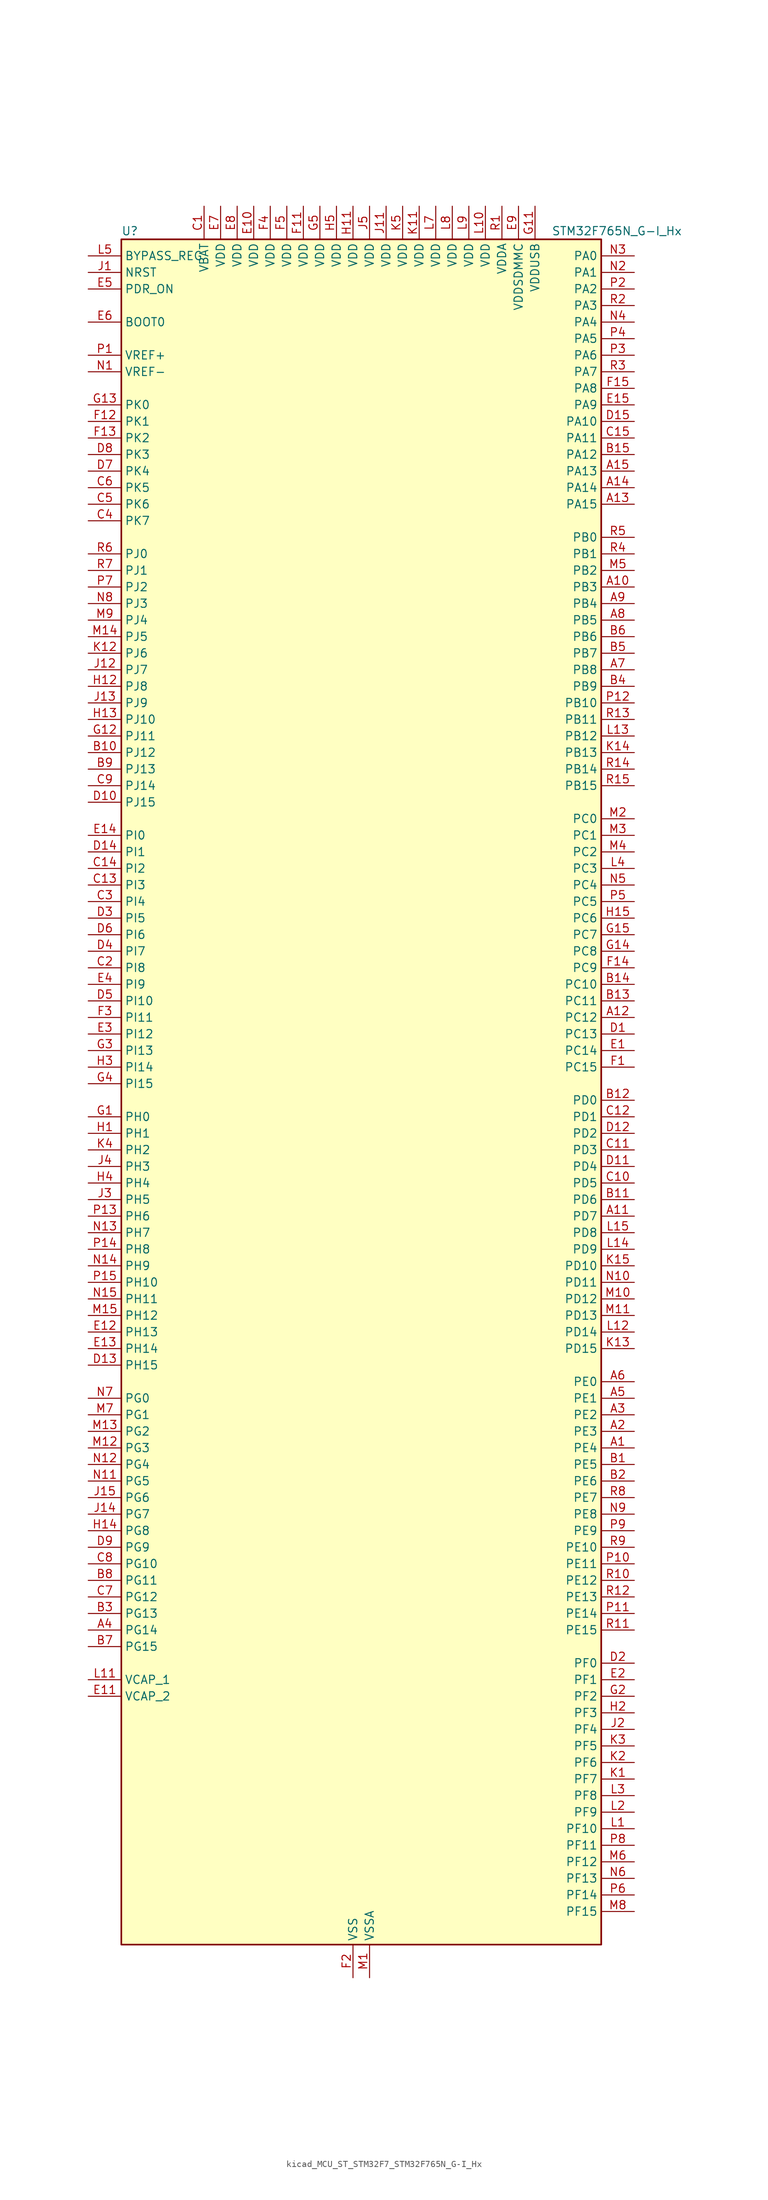
<source format=kicad_sym>
(kicad_symbol_lib
  (version 20220914)
  (generator kicad_symbol_editor)
  (symbol "kicad_MCU_ST_STM32F7_STM32F765N_G-I_Hx"
    (property "Reference" "U"
      (at -35.56 133.35 0)
      (effects (font (size 1.27 1.27)) (justify left)))
    (property "Value" "STM32F765N_G-I_Hx"
      (at 30.48 133.35 0)
      (effects (font (size 1.27 1.27)) (justify left)))
    (property "ki_locked" ""
      (at 0 0 0)
      (effects (font (size 1.27 1.27))))
    (symbol "kicad_MCU_ST_STM32F7_STM32F765N_G-I_Hx_0_1"
      (rectangle (start -35.56 -129.54) (end 38.1 132.08) (stroke (width 0.254) (type default)) (fill (type background))))
    (symbol "kicad_MCU_ST_STM32F7_STM32F765N_G-I_Hx_1_1"
      (pin bidirectional line (at 43.18 -53.34 180) (length 5.08) (name "PE4" (effects (font (size 1.27 1.27)))) (number "A1" (effects (font (size 1.27 1.27)))) (alternate "DCMI_D4" bidirectional line) (alternate "DFSDM1_DATIN3" bidirectional line) (alternate "FMC_A20" bidirectional line) (alternate "SAI1_FS_A" bidirectional line) (alternate "SPI4_NSS" bidirectional line) (alternate "SYS_TRACED1" bidirectional line))
      (pin bidirectional line (at 43.18 78.74 180) (length 5.08) (name "PB3" (effects (font (size 1.27 1.27)))) (number "A10" (effects (font (size 1.27 1.27)))) (alternate "CAN3_RX" bidirectional line) (alternate "I2S1_CK" bidirectional line) (alternate "I2S3_CK" bidirectional line) (alternate "SDMMC2_D2" bidirectional line) (alternate "SPI1_SCK" bidirectional line) (alternate "SPI3_SCK" bidirectional line) (alternate "SPI6_SCK" bidirectional line) (alternate "SYS_JTDO-SWO" bidirectional line) (alternate "TIM2_CH2" bidirectional line) (alternate "UART7_RX" bidirectional line))
      (pin bidirectional line (at 43.18 -17.78 180) (length 5.08) (name "PD7" (effects (font (size 1.27 1.27)))) (number "A11" (effects (font (size 1.27 1.27)))) (alternate "DFSDM1_CKIN1" bidirectional line) (alternate "DFSDM1_DATIN4" bidirectional line) (alternate "FMC_NE1" bidirectional line) (alternate "I2S1_SD" bidirectional line) (alternate "SDMMC2_CMD" bidirectional line) (alternate "SPDIFRX_IN0" bidirectional line) (alternate "SPI1_MOSI" bidirectional line) (alternate "USART2_CK" bidirectional line))
      (pin bidirectional line (at 43.18 12.7 180) (length 5.08) (name "PC12" (effects (font (size 1.27 1.27)))) (number "A12" (effects (font (size 1.27 1.27)))) (alternate "DCMI_D9" bidirectional line) (alternate "I2S3_SD" bidirectional line) (alternate "SDMMC1_CK" bidirectional line) (alternate "SPI3_MOSI" bidirectional line) (alternate "SYS_TRACED3" bidirectional line) (alternate "UART5_TX" bidirectional line) (alternate "USART3_CK" bidirectional line))
      (pin bidirectional line (at 43.18 91.44 180) (length 5.08) (name "PA15" (effects (font (size 1.27 1.27)))) (number "A13" (effects (font (size 1.27 1.27)))) (alternate "CAN3_TX" bidirectional line) (alternate "CEC" bidirectional line) (alternate "I2S1_WS" bidirectional line) (alternate "I2S3_WS" bidirectional line) (alternate "SPI1_NSS" bidirectional line) (alternate "SPI3_NSS" bidirectional line) (alternate "SPI6_NSS" bidirectional line) (alternate "SYS_JTDI" bidirectional line) (alternate "TIM2_CH1" bidirectional line) (alternate "TIM2_ETR" bidirectional line) (alternate "UART4_DE" bidirectional line) (alternate "UART4_RTS" bidirectional line) (alternate "UART7_TX" bidirectional line))
      (pin bidirectional line (at 43.18 93.98 180) (length 5.08) (name "PA14" (effects (font (size 1.27 1.27)))) (number "A14" (effects (font (size 1.27 1.27)))) (alternate "SYS_JTCK-SWCLK" bidirectional line))
      (pin bidirectional line (at 43.18 96.52 180) (length 5.08) (name "PA13" (effects (font (size 1.27 1.27)))) (number "A15" (effects (font (size 1.27 1.27)))) (alternate "SYS_JTMS-SWDIO" bidirectional line))
      (pin bidirectional line (at 43.18 -50.8 180) (length 5.08) (name "PE3" (effects (font (size 1.27 1.27)))) (number "A2" (effects (font (size 1.27 1.27)))) (alternate "FMC_A19" bidirectional line) (alternate "SAI1_SD_B" bidirectional line) (alternate "SYS_TRACED0" bidirectional line))
      (pin bidirectional line (at 43.18 -48.26 180) (length 5.08) (name "PE2" (effects (font (size 1.27 1.27)))) (number "A3" (effects (font (size 1.27 1.27)))) (alternate "ETH_TXD3" bidirectional line) (alternate "FMC_A23" bidirectional line) (alternate "QUADSPI_BK1_IO2" bidirectional line) (alternate "SAI1_MCLK_A" bidirectional line) (alternate "SPI4_SCK" bidirectional line) (alternate "SYS_TRACECLK" bidirectional line))
      (pin bidirectional line (at -40.64 -81.28 0) (length 5.08) (name "PG14" (effects (font (size 1.27 1.27)))) (number "A4" (effects (font (size 1.27 1.27)))) (alternate "ETH_TXD1" bidirectional line) (alternate "FMC_A25" bidirectional line) (alternate "LPTIM1_ETR" bidirectional line) (alternate "QUADSPI_BK2_IO3" bidirectional line) (alternate "SPI6_MOSI" bidirectional line) (alternate "SYS_TRACED1" bidirectional line) (alternate "USART6_TX" bidirectional line))
      (pin bidirectional line (at 43.18 -45.72 180) (length 5.08) (name "PE1" (effects (font (size 1.27 1.27)))) (number "A5" (effects (font (size 1.27 1.27)))) (alternate "DCMI_D3" bidirectional line) (alternate "FMC_NBL1" bidirectional line) (alternate "LPTIM1_IN2" bidirectional line) (alternate "UART8_TX" bidirectional line))
      (pin bidirectional line (at 43.18 -43.18 180) (length 5.08) (name "PE0" (effects (font (size 1.27 1.27)))) (number "A6" (effects (font (size 1.27 1.27)))) (alternate "DCMI_D2" bidirectional line) (alternate "FMC_NBL0" bidirectional line) (alternate "LPTIM1_ETR" bidirectional line) (alternate "SAI2_MCLK_A" bidirectional line) (alternate "TIM4_ETR" bidirectional line) (alternate "UART8_RX" bidirectional line))
      (pin bidirectional line (at 43.18 66.04 180) (length 5.08) (name "PB8" (effects (font (size 1.27 1.27)))) (number "A7" (effects (font (size 1.27 1.27)))) (alternate "CAN1_RX" bidirectional line) (alternate "DCMI_D6" bidirectional line) (alternate "DFSDM1_CKIN7" bidirectional line) (alternate "ETH_TXD3" bidirectional line) (alternate "I2C1_SCL" bidirectional line) (alternate "I2C4_SCL" bidirectional line) (alternate "SDMMC1_D4" bidirectional line) (alternate "SDMMC2_D4" bidirectional line) (alternate "TIM10_CH1" bidirectional line) (alternate "TIM4_CH3" bidirectional line) (alternate "UART5_RX" bidirectional line))
      (pin bidirectional line (at 43.18 73.66 180) (length 5.08) (name "PB5" (effects (font (size 1.27 1.27)))) (number "A8" (effects (font (size 1.27 1.27)))) (alternate "CAN2_RX" bidirectional line) (alternate "DCMI_D10" bidirectional line) (alternate "ETH_PPS_OUT" bidirectional line) (alternate "FMC_SDCKE1" bidirectional line) (alternate "I2C1_SMBA" bidirectional line) (alternate "I2S1_SD" bidirectional line) (alternate "I2S3_SD" bidirectional line) (alternate "SPI1_MOSI" bidirectional line) (alternate "SPI3_MOSI" bidirectional line) (alternate "SPI6_MOSI" bidirectional line) (alternate "TIM3_CH2" bidirectional line) (alternate "UART5_RX" bidirectional line) (alternate "USB_OTG_HS_ULPI_D7" bidirectional line))
      (pin bidirectional line (at 43.18 76.2 180) (length 5.08) (name "PB4" (effects (font (size 1.27 1.27)))) (number "A9" (effects (font (size 1.27 1.27)))) (alternate "CAN3_TX" bidirectional line) (alternate "I2S2_WS" bidirectional line) (alternate "SDMMC2_D3" bidirectional line) (alternate "SPI1_MISO" bidirectional line) (alternate "SPI2_NSS" bidirectional line) (alternate "SPI3_MISO" bidirectional line) (alternate "SPI6_MISO" bidirectional line) (alternate "SYS_JTRST" bidirectional line) (alternate "TIM3_CH1" bidirectional line) (alternate "UART7_TX" bidirectional line))
      (pin bidirectional line (at 43.18 -55.88 180) (length 5.08) (name "PE5" (effects (font (size 1.27 1.27)))) (number "B1" (effects (font (size 1.27 1.27)))) (alternate "DCMI_D6" bidirectional line) (alternate "DFSDM1_CKIN3" bidirectional line) (alternate "FMC_A21" bidirectional line) (alternate "SAI1_SCK_A" bidirectional line) (alternate "SPI4_MISO" bidirectional line) (alternate "SYS_TRACED2" bidirectional line) (alternate "TIM9_CH1" bidirectional line))
      (pin bidirectional line (at -40.64 53.34 0) (length 5.08) (name "PJ12" (effects (font (size 1.27 1.27)))) (number "B10" (effects (font (size 1.27 1.27)))))
      (pin bidirectional line (at 43.18 -15.24 180) (length 5.08) (name "PD6" (effects (font (size 1.27 1.27)))) (number "B11" (effects (font (size 1.27 1.27)))) (alternate "DCMI_D10" bidirectional line) (alternate "DFSDM1_CKIN4" bidirectional line) (alternate "DFSDM1_DATIN1" bidirectional line) (alternate "FMC_NWAIT" bidirectional line) (alternate "I2S3_SD" bidirectional line) (alternate "SAI1_SD_A" bidirectional line) (alternate "SDMMC2_CK" bidirectional line) (alternate "SPI3_MOSI" bidirectional line) (alternate "USART2_RX" bidirectional line))
      (pin bidirectional line (at 43.18 0 180) (length 5.08) (name "PD0" (effects (font (size 1.27 1.27)))) (number "B12" (effects (font (size 1.27 1.27)))) (alternate "CAN1_RX" bidirectional line) (alternate "DFSDM1_CKIN6" bidirectional line) (alternate "DFSDM1_DATIN7" bidirectional line) (alternate "FMC_D2" bidirectional line) (alternate "FMC_DA2" bidirectional line) (alternate "UART4_RX" bidirectional line))
      (pin bidirectional line (at 43.18 15.24 180) (length 5.08) (name "PC11" (effects (font (size 1.27 1.27)))) (number "B13" (effects (font (size 1.27 1.27)))) (alternate "ADC1_EXTI11" bidirectional line) (alternate "ADC2_EXTI11" bidirectional line) (alternate "ADC3_EXTI11" bidirectional line) (alternate "DCMI_D4" bidirectional line) (alternate "DFSDM1_DATIN5" bidirectional line) (alternate "QUADSPI_BK2_NCS" bidirectional line) (alternate "SDMMC1_D3" bidirectional line) (alternate "SPI3_MISO" bidirectional line) (alternate "UART4_RX" bidirectional line) (alternate "USART3_RX" bidirectional line))
      (pin bidirectional line (at 43.18 17.78 180) (length 5.08) (name "PC10" (effects (font (size 1.27 1.27)))) (number "B14" (effects (font (size 1.27 1.27)))) (alternate "DCMI_D8" bidirectional line) (alternate "DFSDM1_CKIN5" bidirectional line) (alternate "I2S3_CK" bidirectional line) (alternate "QUADSPI_BK1_IO1" bidirectional line) (alternate "SDMMC1_D2" bidirectional line) (alternate "SPI3_SCK" bidirectional line) (alternate "UART4_TX" bidirectional line) (alternate "USART3_TX" bidirectional line))
      (pin bidirectional line (at 43.18 99.06 180) (length 5.08) (name "PA12" (effects (font (size 1.27 1.27)))) (number "B15" (effects (font (size 1.27 1.27)))) (alternate "CAN1_TX" bidirectional line) (alternate "I2S2_CK" bidirectional line) (alternate "SAI2_FS_B" bidirectional line) (alternate "SPI2_SCK" bidirectional line) (alternate "TIM1_ETR" bidirectional line) (alternate "UART4_TX" bidirectional line) (alternate "USART1_DE" bidirectional line) (alternate "USART1_RTS" bidirectional line) (alternate "USB_OTG_FS_DP" bidirectional line))
      (pin bidirectional line (at 43.18 -58.42 180) (length 5.08) (name "PE6" (effects (font (size 1.27 1.27)))) (number "B2" (effects (font (size 1.27 1.27)))) (alternate "DCMI_D7" bidirectional line) (alternate "FMC_A22" bidirectional line) (alternate "SAI1_SD_A" bidirectional line) (alternate "SAI2_MCLK_B" bidirectional line) (alternate "SPI4_MOSI" bidirectional line) (alternate "SYS_TRACED3" bidirectional line) (alternate "TIM1_BKIN2" bidirectional line) (alternate "TIM9_CH2" bidirectional line))
      (pin bidirectional line (at -40.64 -78.74 0) (length 5.08) (name "PG13" (effects (font (size 1.27 1.27)))) (number "B3" (effects (font (size 1.27 1.27)))) (alternate "ETH_TXD0" bidirectional line) (alternate "FMC_A24" bidirectional line) (alternate "LPTIM1_OUT" bidirectional line) (alternate "SPI6_SCK" bidirectional line) (alternate "SYS_TRACED0" bidirectional line) (alternate "USART6_CTS" bidirectional line))
      (pin bidirectional line (at 43.18 63.5 180) (length 5.08) (name "PB9" (effects (font (size 1.27 1.27)))) (number "B4" (effects (font (size 1.27 1.27)))) (alternate "CAN1_TX" bidirectional line) (alternate "DAC_EXTI9" bidirectional line) (alternate "DCMI_D7" bidirectional line) (alternate "DFSDM1_DATIN7" bidirectional line) (alternate "I2C1_SDA" bidirectional line) (alternate "I2C4_SDA" bidirectional line) (alternate "I2C4_SMBA" bidirectional line) (alternate "I2S2_WS" bidirectional line) (alternate "SDMMC1_D5" bidirectional line) (alternate "SDMMC2_D5" bidirectional line) (alternate "SPI2_NSS" bidirectional line) (alternate "TIM11_CH1" bidirectional line) (alternate "TIM4_CH4" bidirectional line) (alternate "UART5_TX" bidirectional line))
      (pin bidirectional line (at 43.18 68.58 180) (length 5.08) (name "PB7" (effects (font (size 1.27 1.27)))) (number "B5" (effects (font (size 1.27 1.27)))) (alternate "DCMI_VSYNC" bidirectional line) (alternate "DFSDM1_CKIN5" bidirectional line) (alternate "FMC_NL" bidirectional line) (alternate "I2C1_SDA" bidirectional line) (alternate "I2C4_SDA" bidirectional line) (alternate "TIM4_CH2" bidirectional line) (alternate "USART1_RX" bidirectional line))
      (pin bidirectional line (at 43.18 71.12 180) (length 5.08) (name "PB6" (effects (font (size 1.27 1.27)))) (number "B6" (effects (font (size 1.27 1.27)))) (alternate "CAN2_TX" bidirectional line) (alternate "CEC" bidirectional line) (alternate "DCMI_D5" bidirectional line) (alternate "DFSDM1_DATIN5" bidirectional line) (alternate "FMC_SDNE1" bidirectional line) (alternate "I2C1_SCL" bidirectional line) (alternate "I2C4_SCL" bidirectional line) (alternate "QUADSPI_BK1_NCS" bidirectional line) (alternate "TIM4_CH1" bidirectional line) (alternate "UART5_TX" bidirectional line) (alternate "USART1_TX" bidirectional line))
      (pin bidirectional line (at -40.64 -83.82 0) (length 5.08) (name "PG15" (effects (font (size 1.27 1.27)))) (number "B7" (effects (font (size 1.27 1.27)))) (alternate "DCMI_D13" bidirectional line) (alternate "FMC_SDNCAS" bidirectional line) (alternate "USART6_CTS" bidirectional line))
      (pin bidirectional line (at -40.64 -73.66 0) (length 5.08) (name "PG11" (effects (font (size 1.27 1.27)))) (number "B8" (effects (font (size 1.27 1.27)))) (alternate "ADC1_EXTI11" bidirectional line) (alternate "ADC2_EXTI11" bidirectional line) (alternate "ADC3_EXTI11" bidirectional line) (alternate "DCMI_D3" bidirectional line) (alternate "ETH_TX_EN" bidirectional line) (alternate "I2S1_CK" bidirectional line) (alternate "SDMMC2_D2" bidirectional line) (alternate "SPDIFRX_IN0" bidirectional line) (alternate "SPI1_SCK" bidirectional line))
      (pin bidirectional line (at -40.64 50.8 0) (length 5.08) (name "PJ13" (effects (font (size 1.27 1.27)))) (number "B9" (effects (font (size 1.27 1.27)))))
      (pin power_in line (at -22.86 137.16 270) (length 5.08) (name "VBAT" (effects (font (size 1.27 1.27)))) (number "C1" (effects (font (size 1.27 1.27)))))
      (pin bidirectional line (at 43.18 -12.7 180) (length 5.08) (name "PD5" (effects (font (size 1.27 1.27)))) (number "C10" (effects (font (size 1.27 1.27)))) (alternate "FMC_NWE" bidirectional line) (alternate "USART2_TX" bidirectional line))
      (pin bidirectional line (at 43.18 -7.62 180) (length 5.08) (name "PD3" (effects (font (size 1.27 1.27)))) (number "C11" (effects (font (size 1.27 1.27)))) (alternate "DCMI_D5" bidirectional line) (alternate "DFSDM1_CKOUT" bidirectional line) (alternate "DFSDM1_DATIN0" bidirectional line) (alternate "FMC_CLK" bidirectional line) (alternate "I2S2_CK" bidirectional line) (alternate "SPI2_SCK" bidirectional line) (alternate "USART2_CTS" bidirectional line))
      (pin bidirectional line (at 43.18 -2.54 180) (length 5.08) (name "PD1" (effects (font (size 1.27 1.27)))) (number "C12" (effects (font (size 1.27 1.27)))) (alternate "CAN1_TX" bidirectional line) (alternate "DFSDM1_CKIN7" bidirectional line) (alternate "DFSDM1_DATIN6" bidirectional line) (alternate "FMC_D3" bidirectional line) (alternate "FMC_DA3" bidirectional line) (alternate "UART4_TX" bidirectional line))
      (pin bidirectional line (at -40.64 33.02 0) (length 5.08) (name "PI3" (effects (font (size 1.27 1.27)))) (number "C13" (effects (font (size 1.27 1.27)))) (alternate "DCMI_D10" bidirectional line) (alternate "FMC_D27" bidirectional line) (alternate "I2S2_SD" bidirectional line) (alternate "SPI2_MOSI" bidirectional line) (alternate "TIM8_ETR" bidirectional line))
      (pin bidirectional line (at -40.64 35.56 0) (length 5.08) (name "PI2" (effects (font (size 1.27 1.27)))) (number "C14" (effects (font (size 1.27 1.27)))) (alternate "DCMI_D9" bidirectional line) (alternate "FMC_D26" bidirectional line) (alternate "SPI2_MISO" bidirectional line) (alternate "TIM8_CH4" bidirectional line))
      (pin bidirectional line (at 43.18 101.6 180) (length 5.08) (name "PA11" (effects (font (size 1.27 1.27)))) (number "C15" (effects (font (size 1.27 1.27)))) (alternate "ADC1_EXTI11" bidirectional line) (alternate "ADC2_EXTI11" bidirectional line) (alternate "ADC3_EXTI11" bidirectional line) (alternate "CAN1_RX" bidirectional line) (alternate "I2S2_WS" bidirectional line) (alternate "SPI2_NSS" bidirectional line) (alternate "TIM1_CH4" bidirectional line) (alternate "UART4_RX" bidirectional line) (alternate "USART1_CTS" bidirectional line) (alternate "USB_OTG_FS_DM" bidirectional line))
      (pin bidirectional line (at -40.64 20.32 0) (length 5.08) (name "PI8" (effects (font (size 1.27 1.27)))) (number "C2" (effects (font (size 1.27 1.27)))) (alternate "RTC_TAMP2" bidirectional line) (alternate "RTC_TS" bidirectional line) (alternate "SYS_WKUP5" bidirectional line))
      (pin bidirectional line (at -40.64 30.48 0) (length 5.08) (name "PI4" (effects (font (size 1.27 1.27)))) (number "C3" (effects (font (size 1.27 1.27)))) (alternate "DCMI_D5" bidirectional line) (alternate "FMC_NBL2" bidirectional line) (alternate "SAI2_MCLK_A" bidirectional line) (alternate "TIM8_BKIN" bidirectional line))
      (pin bidirectional line (at -40.64 88.9 0) (length 5.08) (name "PK7" (effects (font (size 1.27 1.27)))) (number "C4" (effects (font (size 1.27 1.27)))))
      (pin bidirectional line (at -40.64 91.44 0) (length 5.08) (name "PK6" (effects (font (size 1.27 1.27)))) (number "C5" (effects (font (size 1.27 1.27)))))
      (pin bidirectional line (at -40.64 93.98 0) (length 5.08) (name "PK5" (effects (font (size 1.27 1.27)))) (number "C6" (effects (font (size 1.27 1.27)))))
      (pin bidirectional line (at -40.64 -76.2 0) (length 5.08) (name "PG12" (effects (font (size 1.27 1.27)))) (number "C7" (effects (font (size 1.27 1.27)))) (alternate "FMC_NE4" bidirectional line) (alternate "LPTIM1_IN1" bidirectional line) (alternate "SDMMC2_D3" bidirectional line) (alternate "SPDIFRX_IN1" bidirectional line) (alternate "SPI6_MISO" bidirectional line) (alternate "USART6_DE" bidirectional line) (alternate "USART6_RTS" bidirectional line))
      (pin bidirectional line (at -40.64 -71.12 0) (length 5.08) (name "PG10" (effects (font (size 1.27 1.27)))) (number "C8" (effects (font (size 1.27 1.27)))) (alternate "DCMI_D2" bidirectional line) (alternate "FMC_NE3" bidirectional line) (alternate "I2S1_WS" bidirectional line) (alternate "SAI2_SD_B" bidirectional line) (alternate "SDMMC2_D1" bidirectional line) (alternate "SPI1_NSS" bidirectional line))
      (pin bidirectional line (at -40.64 48.26 0) (length 5.08) (name "PJ14" (effects (font (size 1.27 1.27)))) (number "C9" (effects (font (size 1.27 1.27)))))
      (pin bidirectional line (at 43.18 10.16 180) (length 5.08) (name "PC13" (effects (font (size 1.27 1.27)))) (number "D1" (effects (font (size 1.27 1.27)))) (alternate "RTC_OUT" bidirectional line) (alternate "RTC_TAMP1" bidirectional line) (alternate "RTC_TS" bidirectional line) (alternate "SYS_WKUP4" bidirectional line))
      (pin bidirectional line (at -40.64 45.72 0) (length 5.08) (name "PJ15" (effects (font (size 1.27 1.27)))) (number "D10" (effects (font (size 1.27 1.27)))))
      (pin bidirectional line (at 43.18 -10.16 180) (length 5.08) (name "PD4" (effects (font (size 1.27 1.27)))) (number "D11" (effects (font (size 1.27 1.27)))) (alternate "DFSDM1_CKIN0" bidirectional line) (alternate "FMC_NOE" bidirectional line) (alternate "USART2_DE" bidirectional line) (alternate "USART2_RTS" bidirectional line))
      (pin bidirectional line (at 43.18 -5.08 180) (length 5.08) (name "PD2" (effects (font (size 1.27 1.27)))) (number "D12" (effects (font (size 1.27 1.27)))) (alternate "DCMI_D11" bidirectional line) (alternate "SDMMC1_CMD" bidirectional line) (alternate "SYS_TRACED2" bidirectional line) (alternate "TIM3_ETR" bidirectional line) (alternate "UART5_RX" bidirectional line))
      (pin bidirectional line (at -40.64 -40.64 0) (length 5.08) (name "PH15" (effects (font (size 1.27 1.27)))) (number "D13" (effects (font (size 1.27 1.27)))) (alternate "DCMI_D11" bidirectional line) (alternate "FMC_D23" bidirectional line) (alternate "TIM8_CH3N" bidirectional line))
      (pin bidirectional line (at -40.64 38.1 0) (length 5.08) (name "PI1" (effects (font (size 1.27 1.27)))) (number "D14" (effects (font (size 1.27 1.27)))) (alternate "DCMI_D8" bidirectional line) (alternate "FMC_D25" bidirectional line) (alternate "I2S2_CK" bidirectional line) (alternate "SPI2_SCK" bidirectional line) (alternate "TIM8_BKIN2" bidirectional line))
      (pin bidirectional line (at 43.18 104.14 180) (length 5.08) (name "PA10" (effects (font (size 1.27 1.27)))) (number "D15" (effects (font (size 1.27 1.27)))) (alternate "DCMI_D1" bidirectional line) (alternate "MDIOS_MDIO" bidirectional line) (alternate "TIM1_CH3" bidirectional line) (alternate "USART1_RX" bidirectional line) (alternate "USB_OTG_FS_ID" bidirectional line))
      (pin bidirectional line (at 43.18 -86.36 180) (length 5.08) (name "PF0" (effects (font (size 1.27 1.27)))) (number "D2" (effects (font (size 1.27 1.27)))) (alternate "FMC_A0" bidirectional line) (alternate "I2C2_SDA" bidirectional line))
      (pin bidirectional line (at -40.64 27.94 0) (length 5.08) (name "PI5" (effects (font (size 1.27 1.27)))) (number "D3" (effects (font (size 1.27 1.27)))) (alternate "DCMI_VSYNC" bidirectional line) (alternate "FMC_NBL3" bidirectional line) (alternate "SAI2_SCK_A" bidirectional line) (alternate "TIM8_CH1" bidirectional line))
      (pin bidirectional line (at -40.64 22.86 0) (length 5.08) (name "PI7" (effects (font (size 1.27 1.27)))) (number "D4" (effects (font (size 1.27 1.27)))) (alternate "DCMI_D7" bidirectional line) (alternate "FMC_D29" bidirectional line) (alternate "SAI2_FS_A" bidirectional line) (alternate "TIM8_CH3" bidirectional line))
      (pin bidirectional line (at -40.64 15.24 0) (length 5.08) (name "PI10" (effects (font (size 1.27 1.27)))) (number "D5" (effects (font (size 1.27 1.27)))) (alternate "ETH_RX_ER" bidirectional line) (alternate "FMC_D31" bidirectional line))
      (pin bidirectional line (at -40.64 25.4 0) (length 5.08) (name "PI6" (effects (font (size 1.27 1.27)))) (number "D6" (effects (font (size 1.27 1.27)))) (alternate "DCMI_D6" bidirectional line) (alternate "FMC_D28" bidirectional line) (alternate "SAI2_SD_A" bidirectional line) (alternate "TIM8_CH2" bidirectional line))
      (pin bidirectional line (at -40.64 96.52 0) (length 5.08) (name "PK4" (effects (font (size 1.27 1.27)))) (number "D7" (effects (font (size 1.27 1.27)))))
      (pin bidirectional line (at -40.64 99.06 0) (length 5.08) (name "PK3" (effects (font (size 1.27 1.27)))) (number "D8" (effects (font (size 1.27 1.27)))))
      (pin bidirectional line (at -40.64 -68.58 0) (length 5.08) (name "PG9" (effects (font (size 1.27 1.27)))) (number "D9" (effects (font (size 1.27 1.27)))) (alternate "DAC_EXTI9" bidirectional line) (alternate "DCMI_VSYNC" bidirectional line) (alternate "FMC_NCE" bidirectional line) (alternate "FMC_NE2" bidirectional line) (alternate "QUADSPI_BK2_IO2" bidirectional line) (alternate "SAI2_FS_B" bidirectional line) (alternate "SDMMC2_D0" bidirectional line) (alternate "SPDIFRX_IN3" bidirectional line) (alternate "SPI1_MISO" bidirectional line) (alternate "USART6_RX" bidirectional line))
      (pin bidirectional line (at 43.18 7.62 180) (length 5.08) (name "PC14" (effects (font (size 1.27 1.27)))) (number "E1" (effects (font (size 1.27 1.27)))) (alternate "RCC_OSC32_IN" bidirectional line))
      (pin power_in line (at -15.24 137.16 270) (length 5.08) (name "VDD" (effects (font (size 1.27 1.27)))) (number "E10" (effects (font (size 1.27 1.27)))))
      (pin power_out line (at -40.64 -91.44 0) (length 5.08) (name "VCAP_2" (effects (font (size 1.27 1.27)))) (number "E11" (effects (font (size 1.27 1.27)))))
      (pin bidirectional line (at -40.64 -35.56 0) (length 5.08) (name "PH13" (effects (font (size 1.27 1.27)))) (number "E12" (effects (font (size 1.27 1.27)))) (alternate "CAN1_TX" bidirectional line) (alternate "FMC_D21" bidirectional line) (alternate "TIM8_CH1N" bidirectional line) (alternate "UART4_TX" bidirectional line))
      (pin bidirectional line (at -40.64 -38.1 0) (length 5.08) (name "PH14" (effects (font (size 1.27 1.27)))) (number "E13" (effects (font (size 1.27 1.27)))) (alternate "CAN1_RX" bidirectional line) (alternate "DCMI_D4" bidirectional line) (alternate "FMC_D22" bidirectional line) (alternate "TIM8_CH2N" bidirectional line) (alternate "UART4_RX" bidirectional line))
      (pin bidirectional line (at -40.64 40.64 0) (length 5.08) (name "PI0" (effects (font (size 1.27 1.27)))) (number "E14" (effects (font (size 1.27 1.27)))) (alternate "DCMI_D13" bidirectional line) (alternate "FMC_D24" bidirectional line) (alternate "I2S2_WS" bidirectional line) (alternate "SPI2_NSS" bidirectional line) (alternate "TIM5_CH4" bidirectional line))
      (pin bidirectional line (at 43.18 106.68 180) (length 5.08) (name "PA9" (effects (font (size 1.27 1.27)))) (number "E15" (effects (font (size 1.27 1.27)))) (alternate "DAC_EXTI9" bidirectional line) (alternate "DCMI_D0" bidirectional line) (alternate "I2C3_SMBA" bidirectional line) (alternate "I2S2_CK" bidirectional line) (alternate "SPI2_SCK" bidirectional line) (alternate "TIM1_CH2" bidirectional line) (alternate "USART1_TX" bidirectional line) (alternate "USB_OTG_FS_VBUS" bidirectional line))
      (pin bidirectional line (at 43.18 -88.9 180) (length 5.08) (name "PF1" (effects (font (size 1.27 1.27)))) (number "E2" (effects (font (size 1.27 1.27)))) (alternate "FMC_A1" bidirectional line) (alternate "I2C2_SCL" bidirectional line))
      (pin bidirectional line (at -40.64 10.16 0) (length 5.08) (name "PI12" (effects (font (size 1.27 1.27)))) (number "E3" (effects (font (size 1.27 1.27)))))
      (pin bidirectional line (at -40.64 17.78 0) (length 5.08) (name "PI9" (effects (font (size 1.27 1.27)))) (number "E4" (effects (font (size 1.27 1.27)))) (alternate "CAN1_RX" bidirectional line) (alternate "DAC_EXTI9" bidirectional line) (alternate "FMC_D30" bidirectional line) (alternate "UART4_RX" bidirectional line))
      (pin input line (at -40.64 124.46 0) (length 5.08) (name "PDR_ON" (effects (font (size 1.27 1.27)))) (number "E5" (effects (font (size 1.27 1.27)))))
      (pin input line (at -40.64 119.38 0) (length 5.08) (name "BOOT0" (effects (font (size 1.27 1.27)))) (number "E6" (effects (font (size 1.27 1.27)))))
      (pin power_in line (at -20.32 137.16 270) (length 5.08) (name "VDD" (effects (font (size 1.27 1.27)))) (number "E7" (effects (font (size 1.27 1.27)))))
      (pin power_in line (at -17.78 137.16 270) (length 5.08) (name "VDD" (effects (font (size 1.27 1.27)))) (number "E8" (effects (font (size 1.27 1.27)))))
      (pin power_in line (at 25.4 137.16 270) (length 5.08) (name "VDDSDMMC" (effects (font (size 1.27 1.27)))) (number "E9" (effects (font (size 1.27 1.27)))))
      (pin bidirectional line (at 43.18 5.08 180) (length 5.08) (name "PC15" (effects (font (size 1.27 1.27)))) (number "F1" (effects (font (size 1.27 1.27)))) (alternate "RCC_OSC32_OUT" bidirectional line))
      (pin passive line (at 0 -134.62 90) (length 5.08) hide (name "VSS" (effects (font (size 1.27 1.27)))) (number "F10" (effects (font (size 1.27 1.27)))))
      (pin power_in line (at -7.62 137.16 270) (length 5.08) (name "VDD" (effects (font (size 1.27 1.27)))) (number "F11" (effects (font (size 1.27 1.27)))))
      (pin bidirectional line (at -40.64 104.14 0) (length 5.08) (name "PK1" (effects (font (size 1.27 1.27)))) (number "F12" (effects (font (size 1.27 1.27)))))
      (pin bidirectional line (at -40.64 101.6 0) (length 5.08) (name "PK2" (effects (font (size 1.27 1.27)))) (number "F13" (effects (font (size 1.27 1.27)))))
      (pin bidirectional line (at 43.18 20.32 180) (length 5.08) (name "PC9" (effects (font (size 1.27 1.27)))) (number "F14" (effects (font (size 1.27 1.27)))) (alternate "DAC_EXTI9" bidirectional line) (alternate "DCMI_D3" bidirectional line) (alternate "I2C3_SDA" bidirectional line) (alternate "I2S_CKIN" bidirectional line) (alternate "QUADSPI_BK1_IO0" bidirectional line) (alternate "RCC_MCO_2" bidirectional line) (alternate "SDMMC1_D1" bidirectional line) (alternate "TIM3_CH4" bidirectional line) (alternate "TIM8_CH4" bidirectional line) (alternate "UART5_CTS" bidirectional line))
      (pin bidirectional line (at 43.18 109.22 180) (length 5.08) (name "PA8" (effects (font (size 1.27 1.27)))) (number "F15" (effects (font (size 1.27 1.27)))) (alternate "CAN3_RX" bidirectional line) (alternate "I2C3_SCL" bidirectional line) (alternate "RCC_MCO_1" bidirectional line) (alternate "TIM1_CH1" bidirectional line) (alternate "TIM8_BKIN2" bidirectional line) (alternate "UART7_RX" bidirectional line) (alternate "USART1_CK" bidirectional line) (alternate "USB_OTG_FS_SOF" bidirectional line))
      (pin power_in line (at 0 -134.62 90) (length 5.08) (name "VSS" (effects (font (size 1.27 1.27)))) (number "F2" (effects (font (size 1.27 1.27)))))
      (pin bidirectional line (at -40.64 12.7 0) (length 5.08) (name "PI11" (effects (font (size 1.27 1.27)))) (number "F3" (effects (font (size 1.27 1.27)))) (alternate "ADC1_EXTI11" bidirectional line) (alternate "ADC2_EXTI11" bidirectional line) (alternate "ADC3_EXTI11" bidirectional line) (alternate "SYS_WKUP6" bidirectional line) (alternate "USB_OTG_HS_ULPI_DIR" bidirectional line))
      (pin power_in line (at -12.7 137.16 270) (length 5.08) (name "VDD" (effects (font (size 1.27 1.27)))) (number "F4" (effects (font (size 1.27 1.27)))))
      (pin power_in line (at -10.16 137.16 270) (length 5.08) (name "VDD" (effects (font (size 1.27 1.27)))) (number "F5" (effects (font (size 1.27 1.27)))))
      (pin passive line (at 0 -134.62 90) (length 5.08) hide (name "VSS" (effects (font (size 1.27 1.27)))) (number "F6" (effects (font (size 1.27 1.27)))))
      (pin passive line (at 0 -134.62 90) (length 5.08) hide (name "VSS" (effects (font (size 1.27 1.27)))) (number "F7" (effects (font (size 1.27 1.27)))))
      (pin passive line (at 0 -134.62 90) (length 5.08) hide (name "VSS" (effects (font (size 1.27 1.27)))) (number "F8" (effects (font (size 1.27 1.27)))))
      (pin passive line (at 0 -134.62 90) (length 5.08) hide (name "VSS" (effects (font (size 1.27 1.27)))) (number "F9" (effects (font (size 1.27 1.27)))))
      (pin bidirectional line (at -40.64 -2.54 0) (length 5.08) (name "PH0" (effects (font (size 1.27 1.27)))) (number "G1" (effects (font (size 1.27 1.27)))) (alternate "RCC_OSC_IN" bidirectional line))
      (pin passive line (at 0 -134.62 90) (length 5.08) hide (name "VSS" (effects (font (size 1.27 1.27)))) (number "G10" (effects (font (size 1.27 1.27)))))
      (pin power_in line (at 27.94 137.16 270) (length 5.08) (name "VDDUSB" (effects (font (size 1.27 1.27)))) (number "G11" (effects (font (size 1.27 1.27)))))
      (pin bidirectional line (at -40.64 55.88 0) (length 5.08) (name "PJ11" (effects (font (size 1.27 1.27)))) (number "G12" (effects (font (size 1.27 1.27)))) (alternate "ADC1_EXTI11" bidirectional line) (alternate "ADC2_EXTI11" bidirectional line) (alternate "ADC3_EXTI11" bidirectional line))
      (pin bidirectional line (at -40.64 106.68 0) (length 5.08) (name "PK0" (effects (font (size 1.27 1.27)))) (number "G13" (effects (font (size 1.27 1.27)))))
      (pin bidirectional line (at 43.18 22.86 180) (length 5.08) (name "PC8" (effects (font (size 1.27 1.27)))) (number "G14" (effects (font (size 1.27 1.27)))) (alternate "DCMI_D2" bidirectional line) (alternate "FMC_NCE" bidirectional line) (alternate "FMC_NE2" bidirectional line) (alternate "SDMMC1_D0" bidirectional line) (alternate "SYS_TRACED1" bidirectional line) (alternate "TIM3_CH3" bidirectional line) (alternate "TIM8_CH3" bidirectional line) (alternate "UART5_DE" bidirectional line) (alternate "UART5_RTS" bidirectional line) (alternate "USART6_CK" bidirectional line))
      (pin bidirectional line (at 43.18 25.4 180) (length 5.08) (name "PC7" (effects (font (size 1.27 1.27)))) (number "G15" (effects (font (size 1.27 1.27)))) (alternate "DCMI_D1" bidirectional line) (alternate "DFSDM1_DATIN3" bidirectional line) (alternate "FMC_NE1" bidirectional line) (alternate "I2S3_MCK" bidirectional line) (alternate "SDMMC1_D7" bidirectional line) (alternate "SDMMC2_D7" bidirectional line) (alternate "TIM3_CH2" bidirectional line) (alternate "TIM8_CH2" bidirectional line) (alternate "USART6_RX" bidirectional line))
      (pin bidirectional line (at 43.18 -91.44 180) (length 5.08) (name "PF2" (effects (font (size 1.27 1.27)))) (number "G2" (effects (font (size 1.27 1.27)))) (alternate "FMC_A2" bidirectional line) (alternate "I2C2_SMBA" bidirectional line))
      (pin bidirectional line (at -40.64 7.62 0) (length 5.08) (name "PI13" (effects (font (size 1.27 1.27)))) (number "G3" (effects (font (size 1.27 1.27)))))
      (pin bidirectional line (at -40.64 2.54 0) (length 5.08) (name "PI15" (effects (font (size 1.27 1.27)))) (number "G4" (effects (font (size 1.27 1.27)))))
      (pin power_in line (at -5.08 137.16 270) (length 5.08) (name "VDD" (effects (font (size 1.27 1.27)))) (number "G5" (effects (font (size 1.27 1.27)))))
      (pin passive line (at 0 -134.62 90) (length 5.08) hide (name "VSS" (effects (font (size 1.27 1.27)))) (number "G6" (effects (font (size 1.27 1.27)))))
      (pin bidirectional line (at -40.64 -5.08 0) (length 5.08) (name "PH1" (effects (font (size 1.27 1.27)))) (number "H1" (effects (font (size 1.27 1.27)))) (alternate "RCC_OSC_OUT" bidirectional line))
      (pin passive line (at 0 -134.62 90) (length 5.08) hide (name "VSS" (effects (font (size 1.27 1.27)))) (number "H10" (effects (font (size 1.27 1.27)))))
      (pin power_in line (at 0 137.16 270) (length 5.08) (name "VDD" (effects (font (size 1.27 1.27)))) (number "H11" (effects (font (size 1.27 1.27)))))
      (pin bidirectional line (at -40.64 63.5 0) (length 5.08) (name "PJ8" (effects (font (size 1.27 1.27)))) (number "H12" (effects (font (size 1.27 1.27)))))
      (pin bidirectional line (at -40.64 58.42 0) (length 5.08) (name "PJ10" (effects (font (size 1.27 1.27)))) (number "H13" (effects (font (size 1.27 1.27)))))
      (pin bidirectional line (at -40.64 -66.04 0) (length 5.08) (name "PG8" (effects (font (size 1.27 1.27)))) (number "H14" (effects (font (size 1.27 1.27)))) (alternate "ETH_PPS_OUT" bidirectional line) (alternate "FMC_SDCLK" bidirectional line) (alternate "SPDIFRX_IN2" bidirectional line) (alternate "SPI6_NSS" bidirectional line) (alternate "USART6_DE" bidirectional line) (alternate "USART6_RTS" bidirectional line))
      (pin bidirectional line (at 43.18 27.94 180) (length 5.08) (name "PC6" (effects (font (size 1.27 1.27)))) (number "H15" (effects (font (size 1.27 1.27)))) (alternate "DCMI_D0" bidirectional line) (alternate "DFSDM1_CKIN3" bidirectional line) (alternate "FMC_NWAIT" bidirectional line) (alternate "I2S2_MCK" bidirectional line) (alternate "SDMMC1_D6" bidirectional line) (alternate "SDMMC2_D6" bidirectional line) (alternate "TIM3_CH1" bidirectional line) (alternate "TIM8_CH1" bidirectional line) (alternate "USART6_TX" bidirectional line))
      (pin bidirectional line (at 43.18 -93.98 180) (length 5.08) (name "PF3" (effects (font (size 1.27 1.27)))) (number "H2" (effects (font (size 1.27 1.27)))) (alternate "ADC3_IN9" bidirectional line) (alternate "FMC_A3" bidirectional line))
      (pin bidirectional line (at -40.64 5.08 0) (length 5.08) (name "PI14" (effects (font (size 1.27 1.27)))) (number "H3" (effects (font (size 1.27 1.27)))))
      (pin bidirectional line (at -40.64 -12.7 0) (length 5.08) (name "PH4" (effects (font (size 1.27 1.27)))) (number "H4" (effects (font (size 1.27 1.27)))) (alternate "I2C2_SCL" bidirectional line) (alternate "USB_OTG_HS_ULPI_NXT" bidirectional line))
      (pin power_in line (at -2.54 137.16 270) (length 5.08) (name "VDD" (effects (font (size 1.27 1.27)))) (number "H5" (effects (font (size 1.27 1.27)))))
      (pin passive line (at 0 -134.62 90) (length 5.08) hide (name "VSS" (effects (font (size 1.27 1.27)))) (number "H6" (effects (font (size 1.27 1.27)))))
      (pin input line (at -40.64 127 0) (length 5.08) (name "NRST" (effects (font (size 1.27 1.27)))) (number "J1" (effects (font (size 1.27 1.27)))))
      (pin passive line (at 0 -134.62 90) (length 5.08) hide (name "VSS" (effects (font (size 1.27 1.27)))) (number "J10" (effects (font (size 1.27 1.27)))))
      (pin power_in line (at 5.08 137.16 270) (length 5.08) (name "VDD" (effects (font (size 1.27 1.27)))) (number "J11" (effects (font (size 1.27 1.27)))))
      (pin bidirectional line (at -40.64 66.04 0) (length 5.08) (name "PJ7" (effects (font (size 1.27 1.27)))) (number "J12" (effects (font (size 1.27 1.27)))))
      (pin bidirectional line (at -40.64 60.96 0) (length 5.08) (name "PJ9" (effects (font (size 1.27 1.27)))) (number "J13" (effects (font (size 1.27 1.27)))) (alternate "DAC_EXTI9" bidirectional line))
      (pin bidirectional line (at -40.64 -63.5 0) (length 5.08) (name "PG7" (effects (font (size 1.27 1.27)))) (number "J14" (effects (font (size 1.27 1.27)))) (alternate "DCMI_D13" bidirectional line) (alternate "FMC_INT" bidirectional line) (alternate "SAI1_MCLK_A" bidirectional line) (alternate "USART6_CK" bidirectional line))
      (pin bidirectional line (at -40.64 -60.96 0) (length 5.08) (name "PG6" (effects (font (size 1.27 1.27)))) (number "J15" (effects (font (size 1.27 1.27)))) (alternate "DCMI_D12" bidirectional line) (alternate "FMC_NE3" bidirectional line))
      (pin bidirectional line (at 43.18 -96.52 180) (length 5.08) (name "PF4" (effects (font (size 1.27 1.27)))) (number "J2" (effects (font (size 1.27 1.27)))) (alternate "ADC3_IN14" bidirectional line) (alternate "FMC_A4" bidirectional line))
      (pin bidirectional line (at -40.64 -15.24 0) (length 5.08) (name "PH5" (effects (font (size 1.27 1.27)))) (number "J3" (effects (font (size 1.27 1.27)))) (alternate "FMC_SDNWE" bidirectional line) (alternate "I2C2_SDA" bidirectional line) (alternate "SPI5_NSS" bidirectional line))
      (pin bidirectional line (at -40.64 -10.16 0) (length 5.08) (name "PH3" (effects (font (size 1.27 1.27)))) (number "J4" (effects (font (size 1.27 1.27)))) (alternate "ETH_COL" bidirectional line) (alternate "FMC_SDNE0" bidirectional line) (alternate "QUADSPI_BK2_IO1" bidirectional line) (alternate "SAI2_MCLK_B" bidirectional line))
      (pin power_in line (at 2.54 137.16 270) (length 5.08) (name "VDD" (effects (font (size 1.27 1.27)))) (number "J5" (effects (font (size 1.27 1.27)))))
      (pin passive line (at 0 -134.62 90) (length 5.08) hide (name "VSS" (effects (font (size 1.27 1.27)))) (number "J6" (effects (font (size 1.27 1.27)))))
      (pin bidirectional line (at 43.18 -104.14 180) (length 5.08) (name "PF7" (effects (font (size 1.27 1.27)))) (number "K1" (effects (font (size 1.27 1.27)))) (alternate "ADC3_IN5" bidirectional line) (alternate "QUADSPI_BK1_IO2" bidirectional line) (alternate "SAI1_MCLK_B" bidirectional line) (alternate "SPI5_SCK" bidirectional line) (alternate "TIM11_CH1" bidirectional line) (alternate "UART7_TX" bidirectional line))
      (pin passive line (at 0 -134.62 90) (length 5.08) hide (name "VSS" (effects (font (size 1.27 1.27)))) (number "K10" (effects (font (size 1.27 1.27)))))
      (pin power_in line (at 10.16 137.16 270) (length 5.08) (name "VDD" (effects (font (size 1.27 1.27)))) (number "K11" (effects (font (size 1.27 1.27)))))
      (pin bidirectional line (at -40.64 68.58 0) (length 5.08) (name "PJ6" (effects (font (size 1.27 1.27)))) (number "K12" (effects (font (size 1.27 1.27)))))
      (pin bidirectional line (at 43.18 -38.1 180) (length 5.08) (name "PD15" (effects (font (size 1.27 1.27)))) (number "K13" (effects (font (size 1.27 1.27)))) (alternate "FMC_D1" bidirectional line) (alternate "FMC_DA1" bidirectional line) (alternate "TIM4_CH4" bidirectional line) (alternate "UART8_DE" bidirectional line) (alternate "UART8_RTS" bidirectional line))
      (pin bidirectional line (at 43.18 53.34 180) (length 5.08) (name "PB13" (effects (font (size 1.27 1.27)))) (number "K14" (effects (font (size 1.27 1.27)))) (alternate "CAN2_TX" bidirectional line) (alternate "DFSDM1_CKIN1" bidirectional line) (alternate "ETH_TXD1" bidirectional line) (alternate "I2S2_CK" bidirectional line) (alternate "SPI2_SCK" bidirectional line) (alternate "TIM1_CH1N" bidirectional line) (alternate "UART5_TX" bidirectional line) (alternate "USART3_CTS" bidirectional line) (alternate "USB_OTG_HS_ULPI_D6" bidirectional line) (alternate "USB_OTG_HS_VBUS" bidirectional line))
      (pin bidirectional line (at 43.18 -25.4 180) (length 5.08) (name "PD10" (effects (font (size 1.27 1.27)))) (number "K15" (effects (font (size 1.27 1.27)))) (alternate "DFSDM1_CKOUT" bidirectional line) (alternate "FMC_D15" bidirectional line) (alternate "FMC_DA15" bidirectional line) (alternate "USART3_CK" bidirectional line))
      (pin bidirectional line (at 43.18 -101.6 180) (length 5.08) (name "PF6" (effects (font (size 1.27 1.27)))) (number "K2" (effects (font (size 1.27 1.27)))) (alternate "ADC3_IN4" bidirectional line) (alternate "QUADSPI_BK1_IO3" bidirectional line) (alternate "SAI1_SD_B" bidirectional line) (alternate "SPI5_NSS" bidirectional line) (alternate "TIM10_CH1" bidirectional line) (alternate "UART7_RX" bidirectional line))
      (pin bidirectional line (at 43.18 -99.06 180) (length 5.08) (name "PF5" (effects (font (size 1.27 1.27)))) (number "K3" (effects (font (size 1.27 1.27)))) (alternate "ADC3_IN15" bidirectional line) (alternate "FMC_A5" bidirectional line))
      (pin bidirectional line (at -40.64 -7.62 0) (length 5.08) (name "PH2" (effects (font (size 1.27 1.27)))) (number "K4" (effects (font (size 1.27 1.27)))) (alternate "ETH_CRS" bidirectional line) (alternate "FMC_SDCKE0" bidirectional line) (alternate "LPTIM1_IN2" bidirectional line) (alternate "QUADSPI_BK2_IO0" bidirectional line) (alternate "SAI2_SCK_B" bidirectional line))
      (pin power_in line (at 7.62 137.16 270) (length 5.08) (name "VDD" (effects (font (size 1.27 1.27)))) (number "K5" (effects (font (size 1.27 1.27)))))
      (pin passive line (at 0 -134.62 90) (length 5.08) hide (name "VSS" (effects (font (size 1.27 1.27)))) (number "K6" (effects (font (size 1.27 1.27)))))
      (pin passive line (at 0 -134.62 90) (length 5.08) hide (name "VSS" (effects (font (size 1.27 1.27)))) (number "K7" (effects (font (size 1.27 1.27)))))
      (pin passive line (at 0 -134.62 90) (length 5.08) hide (name "VSS" (effects (font (size 1.27 1.27)))) (number "K8" (effects (font (size 1.27 1.27)))))
      (pin passive line (at 0 -134.62 90) (length 5.08) hide (name "VSS" (effects (font (size 1.27 1.27)))) (number "K9" (effects (font (size 1.27 1.27)))))
      (pin bidirectional line (at 43.18 -111.76 180) (length 5.08) (name "PF10" (effects (font (size 1.27 1.27)))) (number "L1" (effects (font (size 1.27 1.27)))) (alternate "ADC3_IN8" bidirectional line) (alternate "DCMI_D11" bidirectional line) (alternate "QUADSPI_CLK" bidirectional line))
      (pin power_in line (at 20.32 137.16 270) (length 5.08) (name "VDD" (effects (font (size 1.27 1.27)))) (number "L10" (effects (font (size 1.27 1.27)))))
      (pin power_out line (at -40.64 -88.9 0) (length 5.08) (name "VCAP_1" (effects (font (size 1.27 1.27)))) (number "L11" (effects (font (size 1.27 1.27)))))
      (pin bidirectional line (at 43.18 -35.56 180) (length 5.08) (name "PD14" (effects (font (size 1.27 1.27)))) (number "L12" (effects (font (size 1.27 1.27)))) (alternate "FMC_D0" bidirectional line) (alternate "FMC_DA0" bidirectional line) (alternate "TIM4_CH3" bidirectional line) (alternate "UART8_CTS" bidirectional line))
      (pin bidirectional line (at 43.18 55.88 180) (length 5.08) (name "PB12" (effects (font (size 1.27 1.27)))) (number "L13" (effects (font (size 1.27 1.27)))) (alternate "CAN2_RX" bidirectional line) (alternate "DFSDM1_DATIN1" bidirectional line) (alternate "ETH_TXD0" bidirectional line) (alternate "I2C2_SMBA" bidirectional line) (alternate "I2S2_WS" bidirectional line) (alternate "SPI2_NSS" bidirectional line) (alternate "TIM1_BKIN" bidirectional line) (alternate "UART5_RX" bidirectional line) (alternate "USART3_CK" bidirectional line) (alternate "USB_OTG_HS_ID" bidirectional line) (alternate "USB_OTG_HS_ULPI_D5" bidirectional line))
      (pin bidirectional line (at 43.18 -22.86 180) (length 5.08) (name "PD9" (effects (font (size 1.27 1.27)))) (number "L14" (effects (font (size 1.27 1.27)))) (alternate "DAC_EXTI9" bidirectional line) (alternate "DFSDM1_DATIN3" bidirectional line) (alternate "FMC_D14" bidirectional line) (alternate "FMC_DA14" bidirectional line) (alternate "USART3_RX" bidirectional line))
      (pin bidirectional line (at 43.18 -20.32 180) (length 5.08) (name "PD8" (effects (font (size 1.27 1.27)))) (number "L15" (effects (font (size 1.27 1.27)))) (alternate "DFSDM1_CKIN3" bidirectional line) (alternate "FMC_D13" bidirectional line) (alternate "FMC_DA13" bidirectional line) (alternate "SPDIFRX_IN1" bidirectional line) (alternate "USART3_TX" bidirectional line))
      (pin bidirectional line (at 43.18 -109.22 180) (length 5.08) (name "PF9" (effects (font (size 1.27 1.27)))) (number "L2" (effects (font (size 1.27 1.27)))) (alternate "ADC3_IN7" bidirectional line) (alternate "DAC_EXTI9" bidirectional line) (alternate "QUADSPI_BK1_IO1" bidirectional line) (alternate "SAI1_FS_B" bidirectional line) (alternate "SPI5_MOSI" bidirectional line) (alternate "TIM14_CH1" bidirectional line) (alternate "UART7_CTS" bidirectional line))
      (pin bidirectional line (at 43.18 -106.68 180) (length 5.08) (name "PF8" (effects (font (size 1.27 1.27)))) (number "L3" (effects (font (size 1.27 1.27)))) (alternate "ADC3_IN6" bidirectional line) (alternate "QUADSPI_BK1_IO0" bidirectional line) (alternate "SAI1_SCK_B" bidirectional line) (alternate "SPI5_MISO" bidirectional line) (alternate "TIM13_CH1" bidirectional line) (alternate "UART7_DE" bidirectional line) (alternate "UART7_RTS" bidirectional line))
      (pin bidirectional line (at 43.18 35.56 180) (length 5.08) (name "PC3" (effects (font (size 1.27 1.27)))) (number "L4" (effects (font (size 1.27 1.27)))) (alternate "ADC1_IN13" bidirectional line) (alternate "ADC2_IN13" bidirectional line) (alternate "ADC3_IN13" bidirectional line) (alternate "DFSDM1_DATIN1" bidirectional line) (alternate "ETH_TX_CLK" bidirectional line) (alternate "FMC_SDCKE0" bidirectional line) (alternate "I2S2_SD" bidirectional line) (alternate "SPI2_MOSI" bidirectional line) (alternate "USB_OTG_HS_ULPI_NXT" bidirectional line))
      (pin input line (at -40.64 129.54 0) (length 5.08) (name "BYPASS_REG" (effects (font (size 1.27 1.27)))) (number "L5" (effects (font (size 1.27 1.27)))))
      (pin passive line (at 0 -134.62 90) (length 5.08) hide (name "VSS" (effects (font (size 1.27 1.27)))) (number "L6" (effects (font (size 1.27 1.27)))))
      (pin power_in line (at 12.7 137.16 270) (length 5.08) (name "VDD" (effects (font (size 1.27 1.27)))) (number "L7" (effects (font (size 1.27 1.27)))))
      (pin power_in line (at 15.24 137.16 270) (length 5.08) (name "VDD" (effects (font (size 1.27 1.27)))) (number "L8" (effects (font (size 1.27 1.27)))))
      (pin power_in line (at 17.78 137.16 270) (length 5.08) (name "VDD" (effects (font (size 1.27 1.27)))) (number "L9" (effects (font (size 1.27 1.27)))))
      (pin power_in line (at 2.54 -134.62 90) (length 5.08) (name "VSSA" (effects (font (size 1.27 1.27)))) (number "M1" (effects (font (size 1.27 1.27)))))
      (pin bidirectional line (at 43.18 -30.48 180) (length 5.08) (name "PD12" (effects (font (size 1.27 1.27)))) (number "M10" (effects (font (size 1.27 1.27)))) (alternate "FMC_A17" bidirectional line) (alternate "FMC_ALE" bidirectional line) (alternate "I2C4_SCL" bidirectional line) (alternate "LPTIM1_IN1" bidirectional line) (alternate "QUADSPI_BK1_IO1" bidirectional line) (alternate "SAI2_FS_A" bidirectional line) (alternate "TIM4_CH1" bidirectional line) (alternate "USART3_DE" bidirectional line) (alternate "USART3_RTS" bidirectional line))
      (pin bidirectional line (at 43.18 -33.02 180) (length 5.08) (name "PD13" (effects (font (size 1.27 1.27)))) (number "M11" (effects (font (size 1.27 1.27)))) (alternate "FMC_A18" bidirectional line) (alternate "I2C4_SDA" bidirectional line) (alternate "LPTIM1_OUT" bidirectional line) (alternate "QUADSPI_BK1_IO3" bidirectional line) (alternate "SAI2_SCK_A" bidirectional line) (alternate "TIM4_CH2" bidirectional line))
      (pin bidirectional line (at -40.64 -53.34 0) (length 5.08) (name "PG3" (effects (font (size 1.27 1.27)))) (number "M12" (effects (font (size 1.27 1.27)))) (alternate "FMC_A13" bidirectional line))
      (pin bidirectional line (at -40.64 -50.8 0) (length 5.08) (name "PG2" (effects (font (size 1.27 1.27)))) (number "M13" (effects (font (size 1.27 1.27)))) (alternate "FMC_A12" bidirectional line))
      (pin bidirectional line (at -40.64 71.12 0) (length 5.08) (name "PJ5" (effects (font (size 1.27 1.27)))) (number "M14" (effects (font (size 1.27 1.27)))))
      (pin bidirectional line (at -40.64 -33.02 0) (length 5.08) (name "PH12" (effects (font (size 1.27 1.27)))) (number "M15" (effects (font (size 1.27 1.27)))) (alternate "DCMI_D3" bidirectional line) (alternate "FMC_D20" bidirectional line) (alternate "I2C4_SDA" bidirectional line) (alternate "TIM5_CH3" bidirectional line))
      (pin bidirectional line (at 43.18 43.18 180) (length 5.08) (name "PC0" (effects (font (size 1.27 1.27)))) (number "M2" (effects (font (size 1.27 1.27)))) (alternate "ADC1_IN10" bidirectional line) (alternate "ADC2_IN10" bidirectional line) (alternate "ADC3_IN10" bidirectional line) (alternate "DFSDM1_CKIN0" bidirectional line) (alternate "DFSDM1_DATIN4" bidirectional line) (alternate "FMC_SDNWE" bidirectional line) (alternate "SAI2_FS_B" bidirectional line) (alternate "USB_OTG_HS_ULPI_STP" bidirectional line))
      (pin bidirectional line (at 43.18 40.64 180) (length 5.08) (name "PC1" (effects (font (size 1.27 1.27)))) (number "M3" (effects (font (size 1.27 1.27)))) (alternate "ADC1_IN11" bidirectional line) (alternate "ADC2_IN11" bidirectional line) (alternate "ADC3_IN11" bidirectional line) (alternate "DFSDM1_CKIN4" bidirectional line) (alternate "DFSDM1_DATIN0" bidirectional line) (alternate "ETH_MDC" bidirectional line) (alternate "I2S2_SD" bidirectional line) (alternate "MDIOS_MDC" bidirectional line) (alternate "RTC_TAMP3" bidirectional line) (alternate "RTC_TS" bidirectional line) (alternate "SAI1_SD_A" bidirectional line) (alternate "SPI2_MOSI" bidirectional line) (alternate "SYS_TRACED0" bidirectional line) (alternate "SYS_WKUP3" bidirectional line))
      (pin bidirectional line (at 43.18 38.1 180) (length 5.08) (name "PC2" (effects (font (size 1.27 1.27)))) (number "M4" (effects (font (size 1.27 1.27)))) (alternate "ADC1_IN12" bidirectional line) (alternate "ADC2_IN12" bidirectional line) (alternate "ADC3_IN12" bidirectional line) (alternate "DFSDM1_CKIN1" bidirectional line) (alternate "DFSDM1_CKOUT" bidirectional line) (alternate "ETH_TXD2" bidirectional line) (alternate "FMC_SDNE0" bidirectional line) (alternate "SPI2_MISO" bidirectional line) (alternate "USB_OTG_HS_ULPI_DIR" bidirectional line))
      (pin bidirectional line (at 43.18 81.28 180) (length 5.08) (name "PB2" (effects (font (size 1.27 1.27)))) (number "M5" (effects (font (size 1.27 1.27)))) (alternate "DFSDM1_CKIN1" bidirectional line) (alternate "I2S3_SD" bidirectional line) (alternate "QUADSPI_CLK" bidirectional line) (alternate "SAI1_SD_A" bidirectional line) (alternate "SPI3_MOSI" bidirectional line))
      (pin bidirectional line (at 43.18 -116.84 180) (length 5.08) (name "PF12" (effects (font (size 1.27 1.27)))) (number "M6" (effects (font (size 1.27 1.27)))) (alternate "FMC_A6" bidirectional line))
      (pin bidirectional line (at -40.64 -48.26 0) (length 5.08) (name "PG1" (effects (font (size 1.27 1.27)))) (number "M7" (effects (font (size 1.27 1.27)))) (alternate "FMC_A11" bidirectional line))
      (pin bidirectional line (at 43.18 -124.46 180) (length 5.08) (name "PF15" (effects (font (size 1.27 1.27)))) (number "M8" (effects (font (size 1.27 1.27)))) (alternate "FMC_A9" bidirectional line) (alternate "I2C4_SDA" bidirectional line))
      (pin bidirectional line (at -40.64 73.66 0) (length 5.08) (name "PJ4" (effects (font (size 1.27 1.27)))) (number "M9" (effects (font (size 1.27 1.27)))))
      (pin input line (at -40.64 111.76 0) (length 5.08) (name "VREF-" (effects (font (size 1.27 1.27)))) (number "N1" (effects (font (size 1.27 1.27)))))
      (pin bidirectional line (at 43.18 -27.94 180) (length 5.08) (name "PD11" (effects (font (size 1.27 1.27)))) (number "N10" (effects (font (size 1.27 1.27)))) (alternate "ADC1_EXTI11" bidirectional line) (alternate "ADC2_EXTI11" bidirectional line) (alternate "ADC3_EXTI11" bidirectional line) (alternate "FMC_A16" bidirectional line) (alternate "FMC_CLE" bidirectional line) (alternate "I2C4_SMBA" bidirectional line) (alternate "QUADSPI_BK1_IO0" bidirectional line) (alternate "SAI2_SD_A" bidirectional line) (alternate "USART3_CTS" bidirectional line))
      (pin bidirectional line (at -40.64 -58.42 0) (length 5.08) (name "PG5" (effects (font (size 1.27 1.27)))) (number "N11" (effects (font (size 1.27 1.27)))) (alternate "FMC_A15" bidirectional line) (alternate "FMC_BA1" bidirectional line))
      (pin bidirectional line (at -40.64 -55.88 0) (length 5.08) (name "PG4" (effects (font (size 1.27 1.27)))) (number "N12" (effects (font (size 1.27 1.27)))) (alternate "FMC_A14" bidirectional line) (alternate "FMC_BA0" bidirectional line))
      (pin bidirectional line (at -40.64 -20.32 0) (length 5.08) (name "PH7" (effects (font (size 1.27 1.27)))) (number "N13" (effects (font (size 1.27 1.27)))) (alternate "DCMI_D9" bidirectional line) (alternate "ETH_RXD3" bidirectional line) (alternate "FMC_SDCKE1" bidirectional line) (alternate "I2C3_SCL" bidirectional line) (alternate "SPI5_MISO" bidirectional line))
      (pin bidirectional line (at -40.64 -25.4 0) (length 5.08) (name "PH9" (effects (font (size 1.27 1.27)))) (number "N14" (effects (font (size 1.27 1.27)))) (alternate "DAC_EXTI9" bidirectional line) (alternate "DCMI_D0" bidirectional line) (alternate "FMC_D17" bidirectional line) (alternate "I2C3_SMBA" bidirectional line) (alternate "TIM12_CH2" bidirectional line))
      (pin bidirectional line (at -40.64 -30.48 0) (length 5.08) (name "PH11" (effects (font (size 1.27 1.27)))) (number "N15" (effects (font (size 1.27 1.27)))) (alternate "ADC1_EXTI11" bidirectional line) (alternate "ADC2_EXTI11" bidirectional line) (alternate "ADC3_EXTI11" bidirectional line) (alternate "DCMI_D2" bidirectional line) (alternate "FMC_D19" bidirectional line) (alternate "I2C4_SCL" bidirectional line) (alternate "TIM5_CH2" bidirectional line))
      (pin bidirectional line (at 43.18 127 180) (length 5.08) (name "PA1" (effects (font (size 1.27 1.27)))) (number "N2" (effects (font (size 1.27 1.27)))) (alternate "ADC1_IN1" bidirectional line) (alternate "ADC2_IN1" bidirectional line) (alternate "ADC3_IN1" bidirectional line) (alternate "ETH_REF_CLK" bidirectional line) (alternate "ETH_RX_CLK" bidirectional line) (alternate "QUADSPI_BK1_IO3" bidirectional line) (alternate "SAI2_MCLK_B" bidirectional line) (alternate "TIM2_CH2" bidirectional line) (alternate "TIM5_CH2" bidirectional line) (alternate "UART4_RX" bidirectional line) (alternate "USART2_DE" bidirectional line) (alternate "USART2_RTS" bidirectional line))
      (pin bidirectional line (at 43.18 129.54 180) (length 5.08) (name "PA0" (effects (font (size 1.27 1.27)))) (number "N3" (effects (font (size 1.27 1.27)))) (alternate "ADC1_IN0" bidirectional line) (alternate "ADC2_IN0" bidirectional line) (alternate "ADC3_IN0" bidirectional line) (alternate "ETH_CRS" bidirectional line) (alternate "SAI2_SD_B" bidirectional line) (alternate "SYS_WKUP1" bidirectional line) (alternate "TIM2_CH1" bidirectional line) (alternate "TIM2_ETR" bidirectional line) (alternate "TIM5_CH1" bidirectional line) (alternate "TIM8_ETR" bidirectional line) (alternate "UART4_TX" bidirectional line) (alternate "USART2_CTS" bidirectional line))
      (pin bidirectional line (at 43.18 119.38 180) (length 5.08) (name "PA4" (effects (font (size 1.27 1.27)))) (number "N4" (effects (font (size 1.27 1.27)))) (alternate "ADC1_IN4" bidirectional line) (alternate "ADC2_IN4" bidirectional line) (alternate "DAC_OUT1" bidirectional line) (alternate "DCMI_HSYNC" bidirectional line) (alternate "I2S1_WS" bidirectional line) (alternate "I2S3_WS" bidirectional line) (alternate "SPI1_NSS" bidirectional line) (alternate "SPI3_NSS" bidirectional line) (alternate "SPI6_NSS" bidirectional line) (alternate "USART2_CK" bidirectional line) (alternate "USB_OTG_HS_SOF" bidirectional line))
      (pin bidirectional line (at 43.18 33.02 180) (length 5.08) (name "PC4" (effects (font (size 1.27 1.27)))) (number "N5" (effects (font (size 1.27 1.27)))) (alternate "ADC1_IN14" bidirectional line) (alternate "ADC2_IN14" bidirectional line) (alternate "DFSDM1_CKIN2" bidirectional line) (alternate "ETH_RXD0" bidirectional line) (alternate "FMC_SDNE0" bidirectional line) (alternate "I2S1_MCK" bidirectional line) (alternate "SPDIFRX_IN2" bidirectional line))
      (pin bidirectional line (at 43.18 -119.38 180) (length 5.08) (name "PF13" (effects (font (size 1.27 1.27)))) (number "N6" (effects (font (size 1.27 1.27)))) (alternate "DFSDM1_DATIN6" bidirectional line) (alternate "FMC_A7" bidirectional line) (alternate "I2C4_SMBA" bidirectional line))
      (pin bidirectional line (at -40.64 -45.72 0) (length 5.08) (name "PG0" (effects (font (size 1.27 1.27)))) (number "N7" (effects (font (size 1.27 1.27)))) (alternate "FMC_A10" bidirectional line))
      (pin bidirectional line (at -40.64 76.2 0) (length 5.08) (name "PJ3" (effects (font (size 1.27 1.27)))) (number "N8" (effects (font (size 1.27 1.27)))))
      (pin bidirectional line (at 43.18 -63.5 180) (length 5.08) (name "PE8" (effects (font (size 1.27 1.27)))) (number "N9" (effects (font (size 1.27 1.27)))) (alternate "DFSDM1_CKIN2" bidirectional line) (alternate "FMC_D5" bidirectional line) (alternate "FMC_DA5" bidirectional line) (alternate "QUADSPI_BK2_IO1" bidirectional line) (alternate "TIM1_CH1N" bidirectional line) (alternate "UART7_TX" bidirectional line))
      (pin input line (at -40.64 114.3 0) (length 5.08) (name "VREF+" (effects (font (size 1.27 1.27)))) (number "P1" (effects (font (size 1.27 1.27)))))
      (pin bidirectional line (at 43.18 -71.12 180) (length 5.08) (name "PE11" (effects (font (size 1.27 1.27)))) (number "P10" (effects (font (size 1.27 1.27)))) (alternate "ADC1_EXTI11" bidirectional line) (alternate "ADC2_EXTI11" bidirectional line) (alternate "ADC3_EXTI11" bidirectional line) (alternate "DFSDM1_CKIN4" bidirectional line) (alternate "FMC_D8" bidirectional line) (alternate "FMC_DA8" bidirectional line) (alternate "SAI2_SD_B" bidirectional line) (alternate "SPI4_NSS" bidirectional line) (alternate "TIM1_CH2" bidirectional line))
      (pin bidirectional line (at 43.18 -78.74 180) (length 5.08) (name "PE14" (effects (font (size 1.27 1.27)))) (number "P11" (effects (font (size 1.27 1.27)))) (alternate "FMC_D11" bidirectional line) (alternate "FMC_DA11" bidirectional line) (alternate "SAI2_MCLK_B" bidirectional line) (alternate "SPI4_MOSI" bidirectional line) (alternate "TIM1_CH4" bidirectional line))
      (pin bidirectional line (at 43.18 60.96 180) (length 5.08) (name "PB10" (effects (font (size 1.27 1.27)))) (number "P12" (effects (font (size 1.27 1.27)))) (alternate "DFSDM1_DATIN7" bidirectional line) (alternate "ETH_RX_ER" bidirectional line) (alternate "I2C2_SCL" bidirectional line) (alternate "I2S2_CK" bidirectional line) (alternate "QUADSPI_BK1_NCS" bidirectional line) (alternate "SPI2_SCK" bidirectional line) (alternate "TIM2_CH3" bidirectional line) (alternate "USART3_TX" bidirectional line) (alternate "USB_OTG_HS_ULPI_D3" bidirectional line))
      (pin bidirectional line (at -40.64 -17.78 0) (length 5.08) (name "PH6" (effects (font (size 1.27 1.27)))) (number "P13" (effects (font (size 1.27 1.27)))) (alternate "DCMI_D8" bidirectional line) (alternate "ETH_RXD2" bidirectional line) (alternate "FMC_SDNE1" bidirectional line) (alternate "I2C2_SMBA" bidirectional line) (alternate "SPI5_SCK" bidirectional line) (alternate "TIM12_CH1" bidirectional line))
      (pin bidirectional line (at -40.64 -22.86 0) (length 5.08) (name "PH8" (effects (font (size 1.27 1.27)))) (number "P14" (effects (font (size 1.27 1.27)))) (alternate "DCMI_HSYNC" bidirectional line) (alternate "FMC_D16" bidirectional line) (alternate "I2C3_SDA" bidirectional line))
      (pin bidirectional line (at -40.64 -27.94 0) (length 5.08) (name "PH10" (effects (font (size 1.27 1.27)))) (number "P15" (effects (font (size 1.27 1.27)))) (alternate "DCMI_D1" bidirectional line) (alternate "FMC_D18" bidirectional line) (alternate "I2C4_SMBA" bidirectional line) (alternate "TIM5_CH1" bidirectional line))
      (pin bidirectional line (at 43.18 124.46 180) (length 5.08) (name "PA2" (effects (font (size 1.27 1.27)))) (number "P2" (effects (font (size 1.27 1.27)))) (alternate "ADC1_IN2" bidirectional line) (alternate "ADC2_IN2" bidirectional line) (alternate "ADC3_IN2" bidirectional line) (alternate "ETH_MDIO" bidirectional line) (alternate "MDIOS_MDIO" bidirectional line) (alternate "SAI2_SCK_B" bidirectional line) (alternate "SYS_WKUP2" bidirectional line) (alternate "TIM2_CH3" bidirectional line) (alternate "TIM5_CH3" bidirectional line) (alternate "TIM9_CH1" bidirectional line) (alternate "USART2_TX" bidirectional line))
      (pin bidirectional line (at 43.18 114.3 180) (length 5.08) (name "PA6" (effects (font (size 1.27 1.27)))) (number "P3" (effects (font (size 1.27 1.27)))) (alternate "ADC1_IN6" bidirectional line) (alternate "ADC2_IN6" bidirectional line) (alternate "DCMI_PIXCLK" bidirectional line) (alternate "MDIOS_MDC" bidirectional line) (alternate "SPI1_MISO" bidirectional line) (alternate "SPI6_MISO" bidirectional line) (alternate "TIM13_CH1" bidirectional line) (alternate "TIM1_BKIN" bidirectional line) (alternate "TIM3_CH1" bidirectional line) (alternate "TIM8_BKIN" bidirectional line))
      (pin bidirectional line (at 43.18 116.84 180) (length 5.08) (name "PA5" (effects (font (size 1.27 1.27)))) (number "P4" (effects (font (size 1.27 1.27)))) (alternate "ADC1_IN5" bidirectional line) (alternate "ADC2_IN5" bidirectional line) (alternate "DAC_OUT2" bidirectional line) (alternate "I2S1_CK" bidirectional line) (alternate "SPI1_SCK" bidirectional line) (alternate "SPI6_SCK" bidirectional line) (alternate "TIM2_CH1" bidirectional line) (alternate "TIM2_ETR" bidirectional line) (alternate "TIM8_CH1N" bidirectional line) (alternate "USB_OTG_HS_ULPI_CK" bidirectional line))
      (pin bidirectional line (at 43.18 30.48 180) (length 5.08) (name "PC5" (effects (font (size 1.27 1.27)))) (number "P5" (effects (font (size 1.27 1.27)))) (alternate "ADC1_IN15" bidirectional line) (alternate "ADC2_IN15" bidirectional line) (alternate "DFSDM1_DATIN2" bidirectional line) (alternate "ETH_RXD1" bidirectional line) (alternate "FMC_SDCKE0" bidirectional line) (alternate "SPDIFRX_IN3" bidirectional line))
      (pin bidirectional line (at 43.18 -121.92 180) (length 5.08) (name "PF14" (effects (font (size 1.27 1.27)))) (number "P6" (effects (font (size 1.27 1.27)))) (alternate "DFSDM1_CKIN6" bidirectional line) (alternate "FMC_A8" bidirectional line) (alternate "I2C4_SCL" bidirectional line))
      (pin bidirectional line (at -40.64 78.74 0) (length 5.08) (name "PJ2" (effects (font (size 1.27 1.27)))) (number "P7" (effects (font (size 1.27 1.27)))))
      (pin bidirectional line (at 43.18 -114.3 180) (length 5.08) (name "PF11" (effects (font (size 1.27 1.27)))) (number "P8" (effects (font (size 1.27 1.27)))) (alternate "ADC1_EXTI11" bidirectional line) (alternate "ADC2_EXTI11" bidirectional line) (alternate "ADC3_EXTI11" bidirectional line) (alternate "DCMI_D12" bidirectional line) (alternate "FMC_SDNRAS" bidirectional line) (alternate "SAI2_SD_B" bidirectional line) (alternate "SPI5_MOSI" bidirectional line))
      (pin bidirectional line (at 43.18 -66.04 180) (length 5.08) (name "PE9" (effects (font (size 1.27 1.27)))) (number "P9" (effects (font (size 1.27 1.27)))) (alternate "DAC_EXTI9" bidirectional line) (alternate "DFSDM1_CKOUT" bidirectional line) (alternate "FMC_D6" bidirectional line) (alternate "FMC_DA6" bidirectional line) (alternate "QUADSPI_BK2_IO2" bidirectional line) (alternate "TIM1_CH1" bidirectional line) (alternate "UART7_DE" bidirectional line) (alternate "UART7_RTS" bidirectional line))
      (pin power_in line (at 22.86 137.16 270) (length 5.08) (name "VDDA" (effects (font (size 1.27 1.27)))) (number "R1" (effects (font (size 1.27 1.27)))))
      (pin bidirectional line (at 43.18 -73.66 180) (length 5.08) (name "PE12" (effects (font (size 1.27 1.27)))) (number "R10" (effects (font (size 1.27 1.27)))) (alternate "DFSDM1_DATIN5" bidirectional line) (alternate "FMC_D9" bidirectional line) (alternate "FMC_DA9" bidirectional line) (alternate "SAI2_SCK_B" bidirectional line) (alternate "SPI4_SCK" bidirectional line) (alternate "TIM1_CH3N" bidirectional line))
      (pin bidirectional line (at 43.18 -81.28 180) (length 5.08) (name "PE15" (effects (font (size 1.27 1.27)))) (number "R11" (effects (font (size 1.27 1.27)))) (alternate "FMC_D12" bidirectional line) (alternate "FMC_DA12" bidirectional line) (alternate "TIM1_BKIN" bidirectional line))
      (pin bidirectional line (at 43.18 -76.2 180) (length 5.08) (name "PE13" (effects (font (size 1.27 1.27)))) (number "R12" (effects (font (size 1.27 1.27)))) (alternate "DFSDM1_CKIN5" bidirectional line) (alternate "FMC_D10" bidirectional line) (alternate "FMC_DA10" bidirectional line) (alternate "SAI2_FS_B" bidirectional line) (alternate "SPI4_MISO" bidirectional line) (alternate "TIM1_CH3" bidirectional line))
      (pin bidirectional line (at 43.18 58.42 180) (length 5.08) (name "PB11" (effects (font (size 1.27 1.27)))) (number "R13" (effects (font (size 1.27 1.27)))) (alternate "ADC1_EXTI11" bidirectional line) (alternate "ADC2_EXTI11" bidirectional line) (alternate "ADC3_EXTI11" bidirectional line) (alternate "DFSDM1_CKIN7" bidirectional line) (alternate "ETH_TX_EN" bidirectional line) (alternate "I2C2_SDA" bidirectional line) (alternate "TIM2_CH4" bidirectional line) (alternate "USART3_RX" bidirectional line) (alternate "USB_OTG_HS_ULPI_D4" bidirectional line))
      (pin bidirectional line (at 43.18 50.8 180) (length 5.08) (name "PB14" (effects (font (size 1.27 1.27)))) (number "R14" (effects (font (size 1.27 1.27)))) (alternate "DFSDM1_DATIN2" bidirectional line) (alternate "SDMMC2_D0" bidirectional line) (alternate "SPI2_MISO" bidirectional line) (alternate "TIM12_CH1" bidirectional line) (alternate "TIM1_CH2N" bidirectional line) (alternate "TIM8_CH2N" bidirectional line) (alternate "UART4_DE" bidirectional line) (alternate "UART4_RTS" bidirectional line) (alternate "USART1_TX" bidirectional line) (alternate "USART3_DE" bidirectional line) (alternate "USART3_RTS" bidirectional line) (alternate "USB_OTG_HS_DM" bidirectional line))
      (pin bidirectional line (at 43.18 48.26 180) (length 5.08) (name "PB15" (effects (font (size 1.27 1.27)))) (number "R15" (effects (font (size 1.27 1.27)))) (alternate "DFSDM1_CKIN2" bidirectional line) (alternate "I2S2_SD" bidirectional line) (alternate "RTC_REFIN" bidirectional line) (alternate "SDMMC2_D1" bidirectional line) (alternate "SPI2_MOSI" bidirectional line) (alternate "TIM12_CH2" bidirectional line) (alternate "TIM1_CH3N" bidirectional line) (alternate "TIM8_CH3N" bidirectional line) (alternate "UART4_CTS" bidirectional line) (alternate "USART1_RX" bidirectional line) (alternate "USB_OTG_HS_DP" bidirectional line))
      (pin bidirectional line (at 43.18 121.92 180) (length 5.08) (name "PA3" (effects (font (size 1.27 1.27)))) (number "R2" (effects (font (size 1.27 1.27)))) (alternate "ADC1_IN3" bidirectional line) (alternate "ADC2_IN3" bidirectional line) (alternate "ADC3_IN3" bidirectional line) (alternate "ETH_COL" bidirectional line) (alternate "TIM2_CH4" bidirectional line) (alternate "TIM5_CH4" bidirectional line) (alternate "TIM9_CH2" bidirectional line) (alternate "USART2_RX" bidirectional line) (alternate "USB_OTG_HS_ULPI_D0" bidirectional line))
      (pin bidirectional line (at 43.18 111.76 180) (length 5.08) (name "PA7" (effects (font (size 1.27 1.27)))) (number "R3" (effects (font (size 1.27 1.27)))) (alternate "ADC1_IN7" bidirectional line) (alternate "ADC2_IN7" bidirectional line) (alternate "ETH_CRS_DV" bidirectional line) (alternate "ETH_RX_DV" bidirectional line) (alternate "FMC_SDNWE" bidirectional line) (alternate "I2S1_SD" bidirectional line) (alternate "SPI1_MOSI" bidirectional line) (alternate "SPI6_MOSI" bidirectional line) (alternate "TIM14_CH1" bidirectional line) (alternate "TIM1_CH1N" bidirectional line) (alternate "TIM3_CH2" bidirectional line) (alternate "TIM8_CH1N" bidirectional line))
      (pin bidirectional line (at 43.18 83.82 180) (length 5.08) (name "PB1" (effects (font (size 1.27 1.27)))) (number "R4" (effects (font (size 1.27 1.27)))) (alternate "ADC1_IN9" bidirectional line) (alternate "ADC2_IN9" bidirectional line) (alternate "DFSDM1_DATIN1" bidirectional line) (alternate "ETH_RXD3" bidirectional line) (alternate "TIM1_CH3N" bidirectional line) (alternate "TIM3_CH4" bidirectional line) (alternate "TIM8_CH3N" bidirectional line) (alternate "USB_OTG_HS_ULPI_D2" bidirectional line))
      (pin bidirectional line (at 43.18 86.36 180) (length 5.08) (name "PB0" (effects (font (size 1.27 1.27)))) (number "R5" (effects (font (size 1.27 1.27)))) (alternate "ADC1_IN8" bidirectional line) (alternate "ADC2_IN8" bidirectional line) (alternate "DFSDM1_CKOUT" bidirectional line) (alternate "ETH_RXD2" bidirectional line) (alternate "TIM1_CH2N" bidirectional line) (alternate "TIM3_CH3" bidirectional line) (alternate "TIM8_CH2N" bidirectional line) (alternate "UART4_CTS" bidirectional line) (alternate "USB_OTG_HS_ULPI_D1" bidirectional line))
      (pin bidirectional line (at -40.64 83.82 0) (length 5.08) (name "PJ0" (effects (font (size 1.27 1.27)))) (number "R6" (effects (font (size 1.27 1.27)))))
      (pin bidirectional line (at -40.64 81.28 0) (length 5.08) (name "PJ1" (effects (font (size 1.27 1.27)))) (number "R7" (effects (font (size 1.27 1.27)))))
      (pin bidirectional line (at 43.18 -60.96 180) (length 5.08) (name "PE7" (effects (font (size 1.27 1.27)))) (number "R8" (effects (font (size 1.27 1.27)))) (alternate "DFSDM1_DATIN2" bidirectional line) (alternate "FMC_D4" bidirectional line) (alternate "FMC_DA4" bidirectional line) (alternate "QUADSPI_BK2_IO0" bidirectional line) (alternate "TIM1_ETR" bidirectional line) (alternate "UART7_RX" bidirectional line))
      (pin bidirectional line (at 43.18 -68.58 180) (length 5.08) (name "PE10" (effects (font (size 1.27 1.27)))) (number "R9" (effects (font (size 1.27 1.27)))) (alternate "DFSDM1_DATIN4" bidirectional line) (alternate "FMC_D7" bidirectional line) (alternate "FMC_DA7" bidirectional line) (alternate "QUADSPI_BK2_IO3" bidirectional line) (alternate "TIM1_CH2N" bidirectional line) (alternate "UART7_CTS" bidirectional line)))))
</source>
